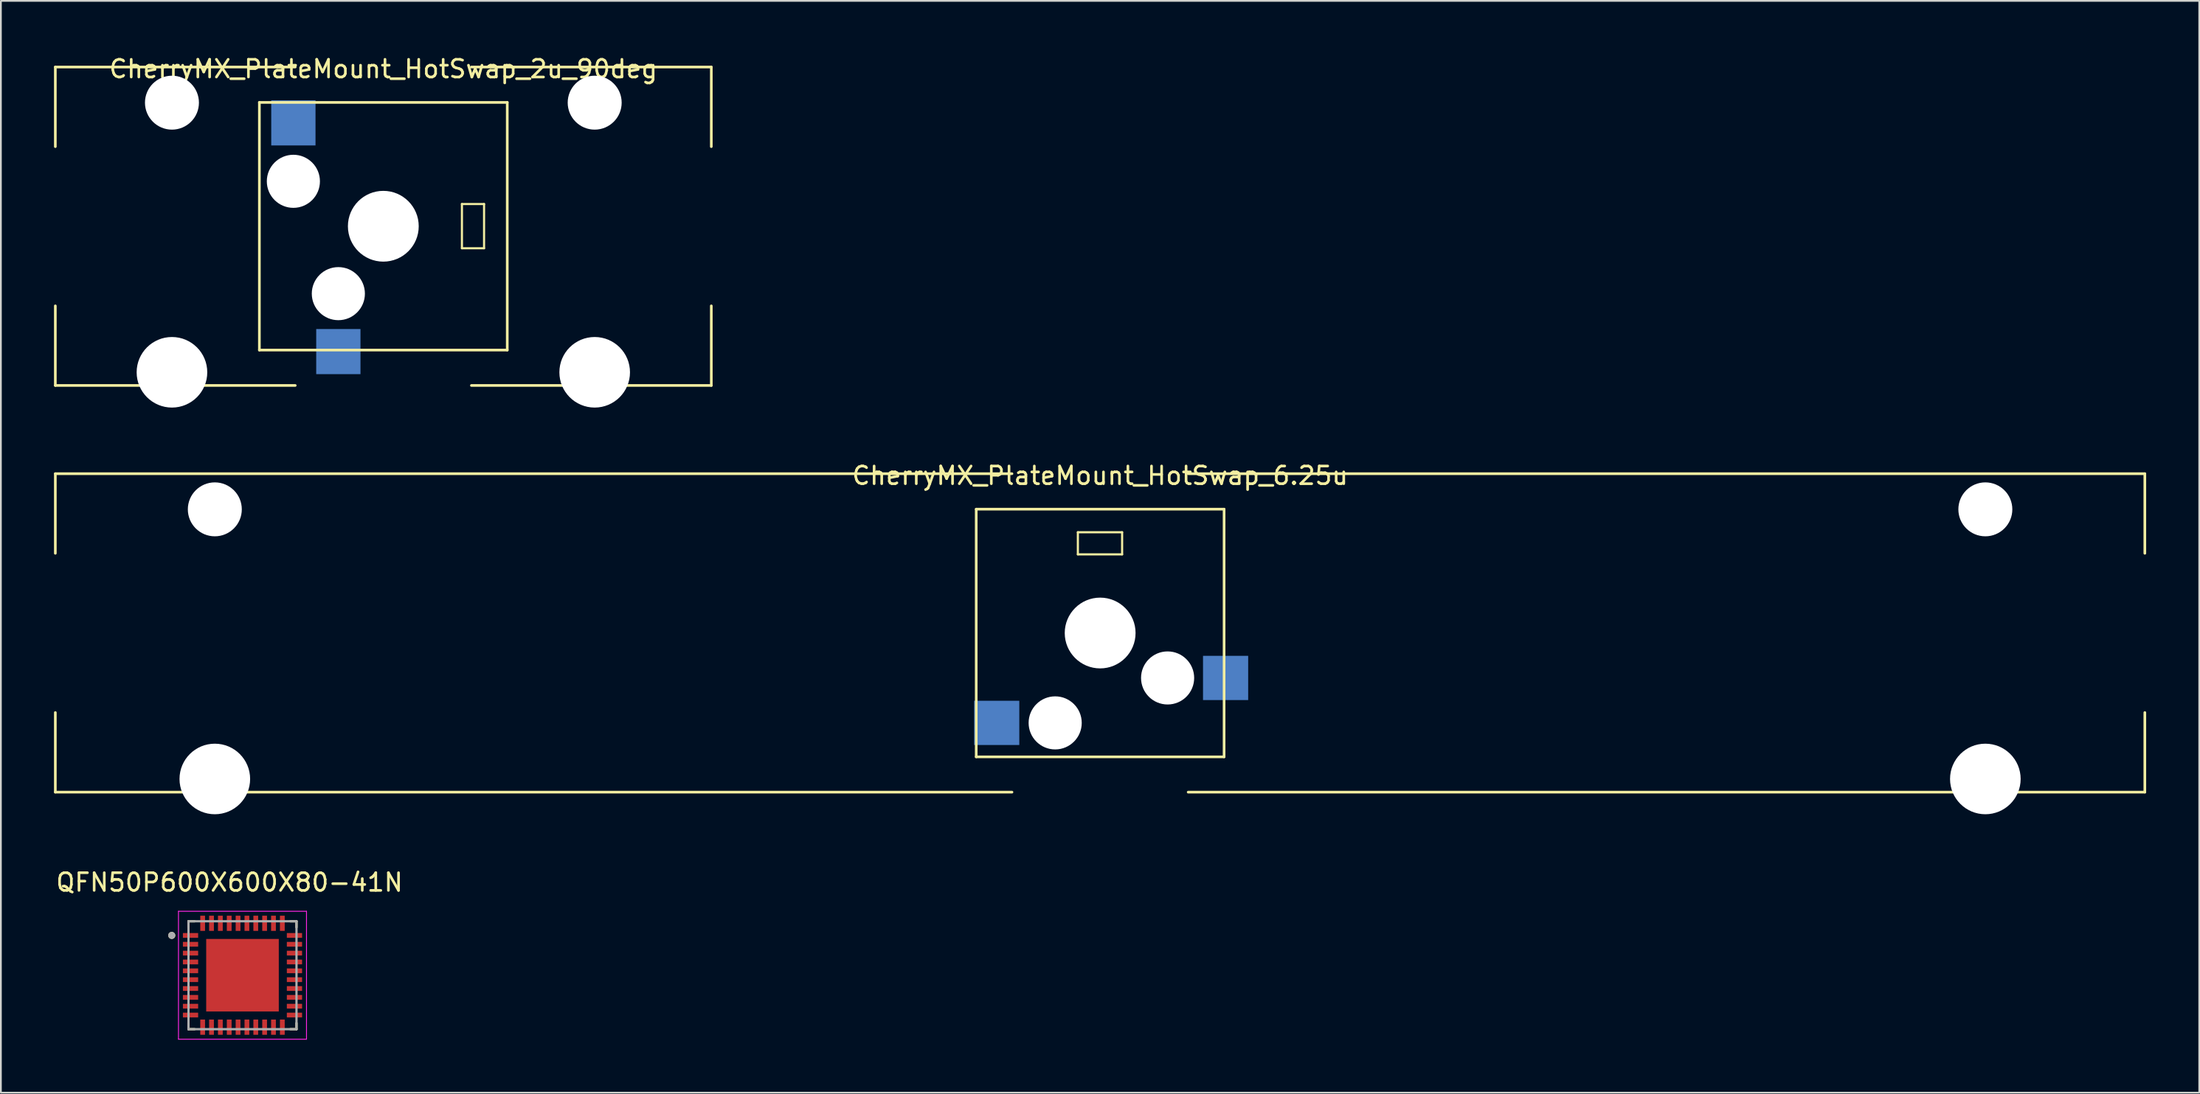
<source format=kicad_pcb>
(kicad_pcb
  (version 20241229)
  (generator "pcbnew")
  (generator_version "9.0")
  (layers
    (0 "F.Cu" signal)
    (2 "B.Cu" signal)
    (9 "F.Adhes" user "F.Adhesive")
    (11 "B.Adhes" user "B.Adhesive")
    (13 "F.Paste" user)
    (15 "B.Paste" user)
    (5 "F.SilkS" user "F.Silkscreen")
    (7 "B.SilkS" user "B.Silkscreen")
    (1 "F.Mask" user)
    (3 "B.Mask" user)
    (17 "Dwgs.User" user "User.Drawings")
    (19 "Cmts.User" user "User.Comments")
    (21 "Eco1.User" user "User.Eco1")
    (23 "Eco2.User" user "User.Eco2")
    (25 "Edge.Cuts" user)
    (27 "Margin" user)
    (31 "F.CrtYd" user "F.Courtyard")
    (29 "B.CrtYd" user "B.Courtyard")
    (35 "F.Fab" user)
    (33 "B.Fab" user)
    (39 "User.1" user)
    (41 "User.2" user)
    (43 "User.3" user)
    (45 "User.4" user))
  (footprint "CherryMX_PlateMount_HotSwap_6.25u"
    (layer "F.Cu")
    (at 59.083 32.725)
    (property "Reference" "CherryMX_PlateMount_HotSwap_6.25u" (at 0 -8.89 0) (layer "F.SilkS") (effects (font (size 1 1) (thickness 0.15))))
    (attr smd)
    (fp_line (start -59.008 -9) (end -59.008 -4.5) (stroke (width 0.15) (type solid)) (layer "F.SilkS"))
    (fp_line (start -59.008 -9) (end -4.976 -9) (stroke (width 0.15) (type solid)) (layer "F.SilkS"))
    (fp_line (start -59.008 4.5) (end -59.008 9) (stroke (width 0.15) (type solid)) (layer "F.SilkS"))
    (fp_line (start -59.008 9) (end -4.976 9) (stroke (width 0.15) (type solid)) (layer "F.SilkS"))
    (fp_line (start -6.996 -6.995) (end 7.004 -6.995) (stroke (width 0.15) (type solid)) (layer "F.SilkS"))
    (fp_line (start -6.996 7.005) (end -6.996 -6.995) (stroke (width 0.15) (type solid)) (layer "F.SilkS"))
    (fp_line (start -1.255 -5.69) (end -1.255 -4.44) (stroke (width 0.12) (type solid)) (layer "F.SilkS"))
    (fp_line (start 1.245 -5.69) (end -1.255 -5.69) (stroke (width 0.12) (type solid)) (layer "F.SilkS"))
    (fp_line (start 1.245 -4.44) (end -1.255 -4.44) (stroke (width 0.12) (type solid)) (layer "F.SilkS"))
    (fp_line (start 1.245 -4.44) (end 1.245 -5.69) (stroke (width 0.12) (type solid)) (layer "F.SilkS"))
    (fp_line (start 4.976 -9) (end 59.008 -9) (stroke (width 0.15) (type solid)) (layer "F.SilkS"))
    (fp_line (start 4.976 9) (end 59.008 9) (stroke (width 0.15) (type solid)) (layer "F.SilkS"))
    (fp_line (start 7.004 -6.995) (end 7.004 7.005) (stroke (width 0.15) (type solid)) (layer "F.SilkS"))
    (fp_line (start 7.004 7.005) (end -6.996 7.005) (stroke (width 0.15) (type solid)) (layer "F.SilkS"))
    (fp_line (start 59.008 -4.5) (end 59.008 -9) (stroke (width 0.15) (type solid)) (layer "F.SilkS"))
    (fp_line (start 59.008 4.5) (end 59.008 9) (stroke (width 0.15) (type solid)) (layer "F.SilkS"))
    (pad "" np_thru_hole circle (at -50 -6.985) (size 3.048 3.048) (drill 3.048) (layers "*.Cu" "*.Mask"))
    (pad "" np_thru_hole circle (at -50 8.255) (size 3.988 3.988) (drill 3.988) (layers "*.Cu" "*.Mask"))
    (pad "" np_thru_hole circle (at -2.536 5.085 180) (size 3 3) (drill 3) (layers "*.Cu" "*.Mask"))
    (pad "" np_thru_hole circle (at 0.004 0.005 180) (size 4 4) (drill 4) (layers "*.Cu" "*.Mask"))
    (pad "" np_thru_hole circle (at 3.814 2.545 180) (size 3 3) (drill 3) (layers "*.Cu" "*.Mask"))
    (pad "" np_thru_hole circle (at 50 -6.985) (size 3.048 3.048) (drill 3.048) (layers "*.Cu" "*.Mask"))
    (pad "" np_thru_hole circle (at 50 8.255) (size 3.988 3.988) (drill 3.988) (layers "*.Cu" "*.Mask"))
    (pad "1" smd rect (at 7.089 2.545 180) (size 2.55 2.5) (layers "B.Cu" "B.Mask" "B.Paste"))
    (pad "2" smd rect (at -5.838 5.085 180) (size 2.55 2.5) (layers "B.Cu" "B.Mask" "B.Paste")))
  (footprint "QFN50P600X600X80-41N"
    (layer "F.Cu")
    (at 10.646 52.073)
    (property "Reference" "QFN50P600X600X80-41N" (at -0.735 -5.25 0) (layer "F.SilkS") (effects (font (size 1 1) (thickness 0.15))))
    (attr through_hole)
    (fp_line (start -3.05 -3.05) (end -3.05 -2.705) (stroke (width 0.127) (type solid)) (layer "F.SilkS"))
    (fp_line (start -3.05 -3.05) (end -2.705 -3.05) (stroke (width 0.127) (type solid)) (layer "F.SilkS"))
    (fp_line (start -3.05 3.05) (end -3.05 2.705) (stroke (width 0.127) (type solid)) (layer "F.SilkS"))
    (fp_line (start -3.05 3.05) (end -2.705 3.05) (stroke (width 0.127) (type solid)) (layer "F.SilkS"))
    (fp_line (start 3.05 -3.05) (end 2.705 -3.05) (stroke (width 0.127) (type solid)) (layer "F.SilkS"))
    (fp_line (start 3.05 -3.05) (end 3.05 -2.705) (stroke (width 0.127) (type solid)) (layer "F.SilkS"))
    (fp_line (start 3.05 3.05) (end 2.705 3.05) (stroke (width 0.127) (type solid)) (layer "F.SilkS"))
    (fp_line (start 3.05 3.05) (end 3.05 2.705) (stroke (width 0.127) (type solid)) (layer "F.SilkS"))
    (fp_circle (center -3.995 -2.25) (end -3.895 -2.25) (stroke (width 0.2) (type solid)) (fill no) (layer "F.SilkS"))
    (fp_poly (pts (xy -1.675 -1.675) (xy -0.375 -1.675) (xy -0.375 -0.375) (xy -1.675 -0.375)) (stroke (width 0.01) (type solid)) (fill yes) (layer "F.Paste"))
    (fp_poly (pts (xy -1.675 0.375) (xy -0.375 0.375) (xy -0.375 1.675) (xy -1.675 1.675)) (stroke (width 0.01) (type solid)) (fill yes) (layer "F.Paste"))
    (fp_poly (pts (xy 0.375 -1.675) (xy 1.675 -1.675) (xy 1.675 -0.375) (xy 0.375 -0.375)) (stroke (width 0.01) (type solid)) (fill yes) (layer "F.Paste"))
    (fp_poly (pts (xy 0.375 0.375) (xy 1.675 0.375) (xy 1.675 1.675) (xy 0.375 1.675)) (stroke (width 0.01) (type solid)) (fill yes) (layer "F.Paste"))
    (fp_line (start -3.615 -3.615) (end 3.615 -3.615) (stroke (width 0.05) (type solid)) (layer "F.CrtYd"))
    (fp_line (start -3.615 3.615) (end -3.615 -3.615) (stroke (width 0.05) (type solid)) (layer "F.CrtYd"))
    (fp_line (start -3.615 3.615) (end 3.615 3.615) (stroke (width 0.05) (type solid)) (layer "F.CrtYd"))
    (fp_line (start 3.615 3.615) (end 3.615 -3.615) (stroke (width 0.05) (type solid)) (layer "F.CrtYd"))
    (fp_line (start -3.05 3.05) (end -3.05 -3.05) (stroke (width 0.127) (type solid)) (layer "F.Fab"))
    (fp_line (start 3.05 -3.05) (end -3.05 -3.05) (stroke (width 0.127) (type solid)) (layer "F.Fab"))
    (fp_line (start 3.05 3.05) (end -3.05 3.05) (stroke (width 0.127) (type solid)) (layer "F.Fab"))
    (fp_line (start 3.05 3.05) (end 3.05 -3.05) (stroke (width 0.127) (type solid)) (layer "F.Fab"))
    (fp_circle (center -3.995 -2.25) (end -3.895 -2.25) (stroke (width 0.2) (type solid)) (fill no) (layer "F.Fab"))
    (pad "1" smd roundrect (at -2.935 -2.25) (size 0.86 0.27) (layers "F.Cu" "F.Mask" "F.Paste") (roundrect_rratio 0.03))
    (pad "2" smd roundrect (at -2.935 -1.75) (size 0.86 0.27) (layers "F.Cu" "F.Mask" "F.Paste") (roundrect_rratio 0.03))
    (pad "3" smd roundrect (at -2.935 -1.25) (size 0.86 0.27) (layers "F.Cu" "F.Mask" "F.Paste") (roundrect_rratio 0.03))
    (pad "4" smd roundrect (at -2.935 -0.75) (size 0.86 0.27) (layers "F.Cu" "F.Mask" "F.Paste") (roundrect_rratio 0.03))
    (pad "5" smd roundrect (at -2.935 -0.25) (size 0.86 0.27) (layers "F.Cu" "F.Mask" "F.Paste") (roundrect_rratio 0.03))
    (pad "6" smd roundrect (at -2.935 0.25) (size 0.86 0.27) (layers "F.Cu" "F.Mask" "F.Paste") (roundrect_rratio 0.03))
    (pad "7" smd roundrect (at -2.935 0.75) (size 0.86 0.27) (layers "F.Cu" "F.Mask" "F.Paste") (roundrect_rratio 0.03))
    (pad "8" smd roundrect (at -2.935 1.25) (size 0.86 0.27) (layers "F.Cu" "F.Mask" "F.Paste") (roundrect_rratio 0.03))
    (pad "9" smd roundrect (at -2.935 1.75) (size 0.86 0.27) (layers "F.Cu" "F.Mask" "F.Paste") (roundrect_rratio 0.03))
    (pad "10" smd roundrect (at -2.935 2.25) (size 0.86 0.27) (layers "F.Cu" "F.Mask" "F.Paste") (roundrect_rratio 0.03))
    (pad "11" smd roundrect (at -2.25 2.935 90) (size 0.86 0.27) (layers "F.Cu" "F.Mask" "F.Paste") (roundrect_rratio 0.03))
    (pad "12" smd roundrect (at -1.75 2.935 90) (size 0.86 0.27) (layers "F.Cu" "F.Mask" "F.Paste") (roundrect_rratio 0.03))
    (pad "13" smd roundrect (at -1.25 2.935 90) (size 0.86 0.27) (layers "F.Cu" "F.Mask" "F.Paste") (roundrect_rratio 0.03))
    (pad "14" smd roundrect (at -0.75 2.935 90) (size 0.86 0.27) (layers "F.Cu" "F.Mask" "F.Paste") (roundrect_rratio 0.03))
    (pad "15" smd roundrect (at -0.25 2.935 90) (size 0.86 0.27) (layers "F.Cu" "F.Mask" "F.Paste") (roundrect_rratio 0.03))
    (pad "16" smd roundrect (at 0.25 2.935 90) (size 0.86 0.27) (layers "F.Cu" "F.Mask" "F.Paste") (roundrect_rratio 0.03))
    (pad "17" smd roundrect (at 0.75 2.935 90) (size 0.86 0.27) (layers "F.Cu" "F.Mask" "F.Paste") (roundrect_rratio 0.03))
    (pad "18" smd roundrect (at 1.25 2.935 90) (size 0.86 0.27) (layers "F.Cu" "F.Mask" "F.Paste") (roundrect_rratio 0.03))
    (pad "19" smd roundrect (at 1.75 2.935 90) (size 0.86 0.27) (layers "F.Cu" "F.Mask" "F.Paste") (roundrect_rratio 0.03))
    (pad "20" smd roundrect (at 2.25 2.935 90) (size 0.86 0.27) (layers "F.Cu" "F.Mask" "F.Paste") (roundrect_rratio 0.03))
    (pad "21" smd roundrect (at 2.935 2.25) (size 0.86 0.27) (layers "F.Cu" "F.Mask" "F.Paste") (roundrect_rratio 0.03))
    (pad "22" smd roundrect (at 2.935 1.75) (size 0.86 0.27) (layers "F.Cu" "F.Mask" "F.Paste") (roundrect_rratio 0.03))
    (pad "23" smd roundrect (at 2.935 1.25) (size 0.86 0.27) (layers "F.Cu" "F.Mask" "F.Paste") (roundrect_rratio 0.03))
    (pad "24" smd roundrect (at 2.935 0.75) (size 0.86 0.27) (layers "F.Cu" "F.Mask" "F.Paste") (roundrect_rratio 0.03))
    (pad "25" smd roundrect (at 2.935 0.25) (size 0.86 0.27) (layers "F.Cu" "F.Mask" "F.Paste") (roundrect_rratio 0.03))
    (pad "26" smd roundrect (at 2.935 -0.25) (size 0.86 0.27) (layers "F.Cu" "F.Mask" "F.Paste") (roundrect_rratio 0.03))
    (pad "27" smd roundrect (at 2.935 -0.75) (size 0.86 0.27) (layers "F.Cu" "F.Mask" "F.Paste") (roundrect_rratio 0.03))
    (pad "28" smd roundrect (at 2.935 -1.25) (size 0.86 0.27) (layers "F.Cu" "F.Mask" "F.Paste") (roundrect_rratio 0.03))
    (pad "29" smd roundrect (at 2.935 -1.75) (size 0.86 0.27) (layers "F.Cu" "F.Mask" "F.Paste") (roundrect_rratio 0.03))
    (pad "30" smd roundrect (at 2.935 -2.25) (size 0.86 0.27) (layers "F.Cu" "F.Mask" "F.Paste") (roundrect_rratio 0.03))
    (pad "31" smd roundrect (at 2.25 -2.935 90) (size 0.86 0.27) (layers "F.Cu" "F.Mask" "F.Paste") (roundrect_rratio 0.03))
    (pad "32" smd roundrect (at 1.75 -2.935 90) (size 0.86 0.27) (layers "F.Cu" "F.Mask" "F.Paste") (roundrect_rratio 0.03))
    (pad "33" smd roundrect (at 1.25 -2.935 90) (size 0.86 0.27) (layers "F.Cu" "F.Mask" "F.Paste") (roundrect_rratio 0.03))
    (pad "34" smd roundrect (at 0.75 -2.935 90) (size 0.86 0.27) (layers "F.Cu" "F.Mask" "F.Paste") (roundrect_rratio 0.03))
    (pad "35" smd roundrect (at 0.25 -2.935 90) (size 0.86 0.27) (layers "F.Cu" "F.Mask" "F.Paste") (roundrect_rratio 0.03))
    (pad "36" smd roundrect (at -0.25 -2.935 90) (size 0.86 0.27) (layers "F.Cu" "F.Mask" "F.Paste") (roundrect_rratio 0.03))
    (pad "37" smd roundrect (at -0.75 -2.935 90) (size 0.86 0.27) (layers "F.Cu" "F.Mask" "F.Paste") (roundrect_rratio 0.03))
    (pad "38" smd roundrect (at -1.25 -2.935 90) (size 0.86 0.27) (layers "F.Cu" "F.Mask" "F.Paste") (roundrect_rratio 0.03))
    (pad "39" smd roundrect (at -1.75 -2.935 90) (size 0.86 0.27) (layers "F.Cu" "F.Mask" "F.Paste") (roundrect_rratio 0.03))
    (pad "40" smd roundrect (at -2.25 -2.935 90) (size 0.86 0.27) (layers "F.Cu" "F.Mask" "F.Paste") (roundrect_rratio 0.03))
    (pad "41" smd rect (at 0 0) (size 4.1 4.1) (layers "F.Cu" "F.Mask")))
  (footprint "CherryMX_PlateMount_HotSwap_2u_90deg"
    (layer "F.Cu")
    (at 18.6 9.738)
    (property "Reference" "CherryMX_PlateMount_HotSwap_2u_90deg" (at 0 -8.89 0) (layer "F.SilkS") (effects (font (size 1 1) (thickness 0.15))))
    (attr smd)
    (fp_line (start -18.525 -9) (end -18.525 -4.5) (stroke (width 0.15) (type solid)) (layer "F.SilkS"))
    (fp_line (start -18.525 -9) (end -4.975 -9) (stroke (width 0.15) (type solid)) (layer "F.SilkS"))
    (fp_line (start -18.525 4.5) (end -18.525 9) (stroke (width 0.15) (type solid)) (layer "F.SilkS"))
    (fp_line (start -18.525 9) (end -4.975 9) (stroke (width 0.15) (type solid)) (layer "F.SilkS"))
    (fp_line (start -7 -7) (end 7 -7) (stroke (width 0.15) (type solid)) (layer "F.SilkS"))
    (fp_line (start -7 7) (end -7 -7) (stroke (width 0.15) (type solid)) (layer "F.SilkS"))
    (fp_line (start 4.44 1.245) (end 4.44 -1.255) (stroke (width 0.12) (type solid)) (layer "F.SilkS"))
    (fp_line (start 4.44 1.245) (end 5.69 1.245) (stroke (width 0.12) (type solid)) (layer "F.SilkS"))
    (fp_line (start 4.975 -9) (end 18.525 -9) (stroke (width 0.15) (type solid)) (layer "F.SilkS"))
    (fp_line (start 4.975 9) (end 18.525 9) (stroke (width 0.15) (type solid)) (layer "F.SilkS"))
    (fp_line (start 5.69 -1.255) (end 4.44 -1.255) (stroke (width 0.12) (type solid)) (layer "F.SilkS"))
    (fp_line (start 5.69 1.245) (end 5.69 -1.255) (stroke (width 0.12) (type solid)) (layer "F.SilkS"))
    (fp_line (start 7 -7) (end 7 7) (stroke (width 0.15) (type solid)) (layer "F.SilkS"))
    (fp_line (start 7 7) (end -7 7) (stroke (width 0.15) (type solid)) (layer "F.SilkS"))
    (fp_line (start 18.525 -4.5) (end 18.525 -9) (stroke (width 0.15) (type solid)) (layer "F.SilkS"))
    (fp_line (start 18.525 4.5) (end 18.525 9) (stroke (width 0.15) (type solid)) (layer "F.SilkS"))
    (pad "" np_thru_hole circle (at -11.938 -6.985) (size 3.048 3.048) (drill 3.048) (layers "*.Cu" "*.Mask"))
    (pad "" np_thru_hole circle (at -11.938 8.255) (size 3.988 3.988) (drill 3.988) (layers "*.Cu" "*.Mask"))
    (pad "" np_thru_hole circle (at -5.08 -2.54 90) (size 3 3) (drill 3) (layers "*.Cu" "*.Mask"))
    (pad "" np_thru_hole circle (at -2.54 3.81 90) (size 3 3) (drill 3) (layers "*.Cu" "*.Mask"))
    (pad "" np_thru_hole circle (at 0 0 90) (size 4 4) (drill 4) (layers "*.Cu" "*.Mask"))
    (pad "" np_thru_hole circle (at 11.938 -6.985) (size 3.048 3.048) (drill 3.048) (layers "*.Cu" "*.Mask"))
    (pad "" np_thru_hole circle (at 11.938 8.255) (size 3.988 3.988) (drill 3.988) (layers "*.Cu" "*.Mask"))
    (pad "1" smd rect (at -2.54 7.085 90) (size 2.55 2.5) (layers "B.Cu" "B.Mask" "B.Paste"))
    (pad "2" smd rect (at -5.08 -5.842 90) (size 2.55 2.5) (layers "B.Cu" "B.Mask" "B.Paste")))
  (gr_rect
    (start -3 -3)
    (end 121.165 58.713)
    (stroke (width 0.1) (type default))
    (fill no)
    (layer "Edge.Cuts")))
</source>
